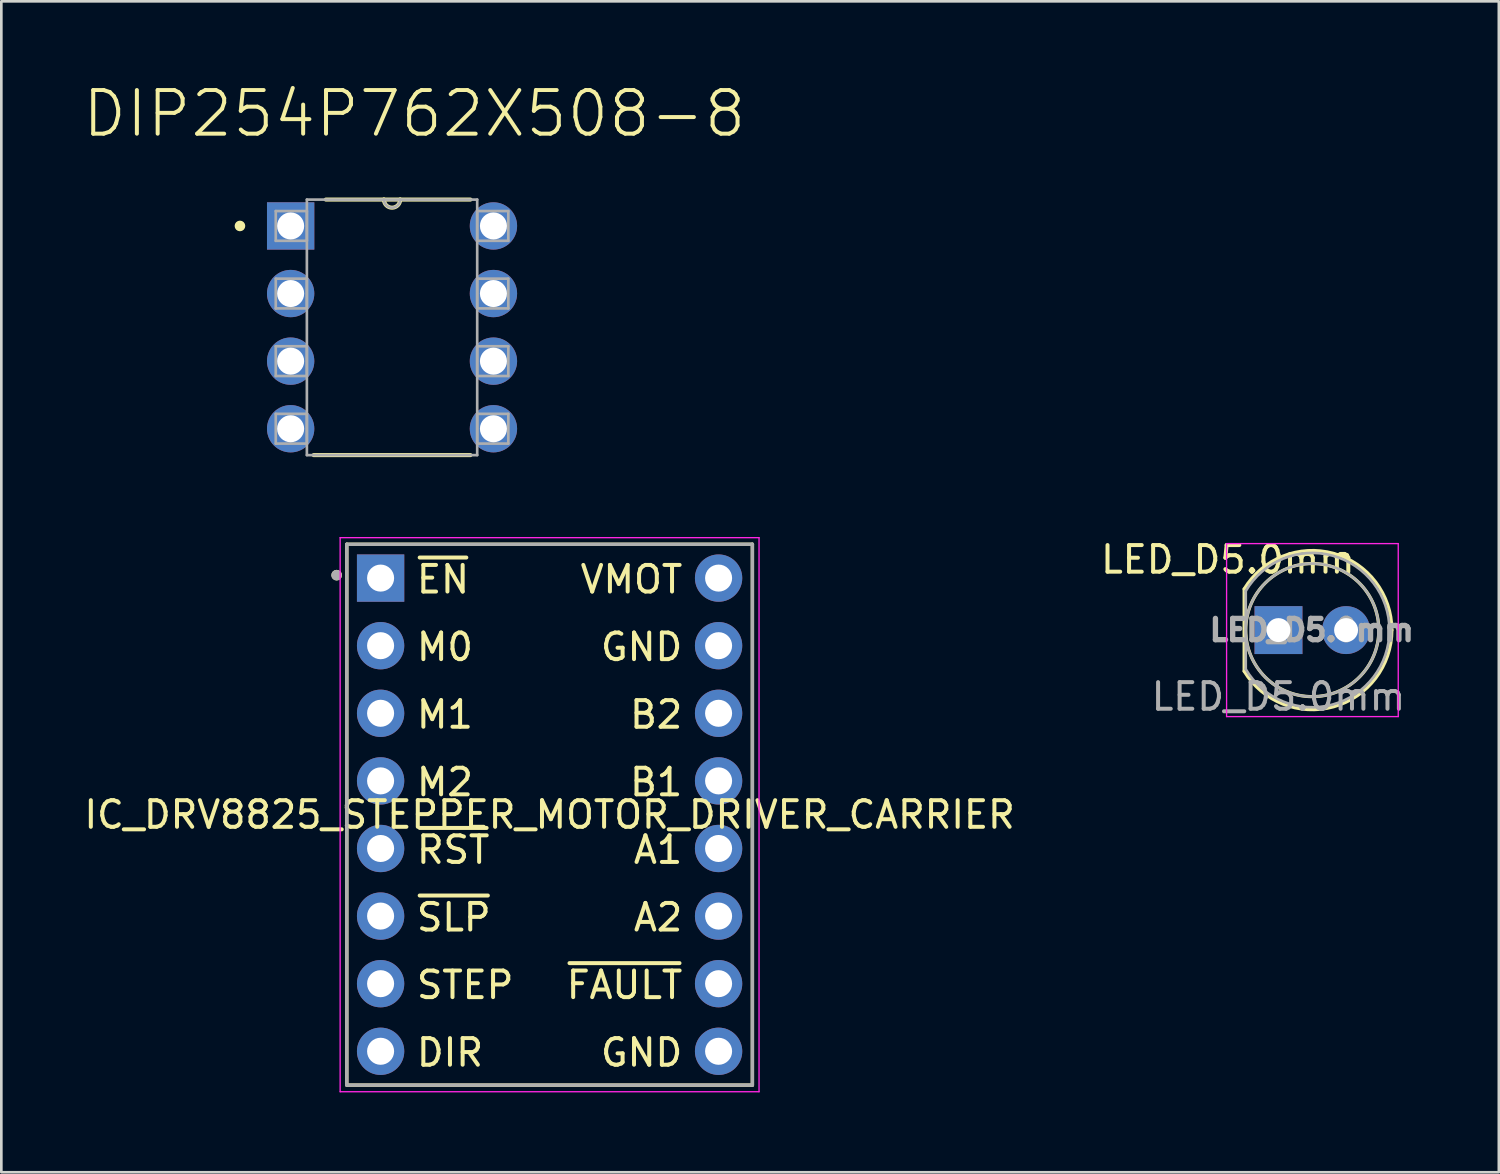
<source format=kicad_pcb>
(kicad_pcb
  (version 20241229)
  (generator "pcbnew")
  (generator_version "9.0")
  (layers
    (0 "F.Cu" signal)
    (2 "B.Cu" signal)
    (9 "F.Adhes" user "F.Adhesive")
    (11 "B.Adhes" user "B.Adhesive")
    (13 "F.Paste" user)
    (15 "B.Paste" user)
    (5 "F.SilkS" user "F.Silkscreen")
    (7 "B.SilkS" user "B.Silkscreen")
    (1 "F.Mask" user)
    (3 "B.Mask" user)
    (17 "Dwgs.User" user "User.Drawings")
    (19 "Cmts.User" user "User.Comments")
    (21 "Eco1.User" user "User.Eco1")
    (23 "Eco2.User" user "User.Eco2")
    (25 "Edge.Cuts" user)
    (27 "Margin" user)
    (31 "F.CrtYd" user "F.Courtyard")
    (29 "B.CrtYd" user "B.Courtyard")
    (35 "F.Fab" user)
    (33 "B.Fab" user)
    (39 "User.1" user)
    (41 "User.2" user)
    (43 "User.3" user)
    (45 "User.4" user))
  (footprint "IC_DRV8825_STEPPER_MOTOR_DRIVER_CARRIER"
    (layer "F.Cu")
    (at 17.601 27.562)
    (property "Reference" "IC_DRV8825_STEPPER_MOTOR_DRIVER_CARRIER" (at 0 0 0) (layer "F.SilkS") (effects (font (size 1 1) (thickness 0.15))))
    (attr through_hole)
    (fp_line (start -7.62 -10.16) (end 7.62 -10.16) (stroke (width 0.127) (type solid)) (layer "F.SilkS"))
    (fp_line (start -7.62 10.16) (end -7.62 -10.16) (stroke (width 0.127) (type solid)) (layer "F.SilkS"))
    (fp_line (start 7.62 -10.16) (end 7.62 10.16) (stroke (width 0.127) (type solid)) (layer "F.SilkS"))
    (fp_line (start 7.62 10.16) (end -7.62 10.16) (stroke (width 0.127) (type solid)) (layer "F.SilkS"))
    (fp_circle (center -8.001 -9) (end -7.901 -9) (stroke (width 0.2) (type solid)) (fill no) (layer "F.SilkS"))
    (fp_line (start -7.87 -10.41) (end 7.87 -10.41) (stroke (width 0.05) (type solid)) (layer "F.CrtYd"))
    (fp_line (start -7.87 10.41) (end -7.87 -10.41) (stroke (width 0.05) (type solid)) (layer "F.CrtYd"))
    (fp_line (start 7.87 -10.41) (end 7.87 10.41) (stroke (width 0.05) (type solid)) (layer "F.CrtYd"))
    (fp_line (start 7.87 10.41) (end -7.87 10.41) (stroke (width 0.05) (type solid)) (layer "F.CrtYd"))
    (fp_line (start -7.62 -10.16) (end 7.62 -10.16) (stroke (width 0.127) (type solid)) (layer "F.Fab"))
    (fp_line (start -7.62 10.16) (end -7.62 -10.16) (stroke (width 0.127) (type solid)) (layer "F.Fab"))
    (fp_line (start 7.62 -10.16) (end 7.62 10.16) (stroke (width 0.127) (type solid)) (layer "F.Fab"))
    (fp_line (start 7.62 10.16) (end -7.62 10.16) (stroke (width 0.127) (type solid)) (layer "F.Fab"))
    (fp_circle (center -8.001 -9) (end -7.901 -9) (stroke (width 0.2) (type solid)) (fill no) (layer "F.Fab"))
    (fp_text user "DIR" (at -5.08 9.525 0) (unlocked yes) (layer "F.SilkS") (effects (font (size 1 1) (thickness 0.15)) (justify left bottom)))
    (fp_text user "M1" (at -5.08 -3.175 0) (unlocked yes) (layer "F.SilkS") (effects (font (size 1 1) (thickness 0.15)) (justify left bottom)))
    (fp_text user "GND" (at 5.08 -5.715 0) (unlocked yes) (layer "F.SilkS") (effects (font (size 1 1) (thickness 0.15)) (justify right bottom)))
    (fp_text user "~{EN}" (at -5.08 -8.255 0) (unlocked yes) (layer "F.SilkS") (effects (font (size 1 1) (thickness 0.15)) (justify left bottom)))
    (fp_text user "GND" (at 5.08 9.525 0) (unlocked yes) (layer "F.SilkS") (effects (font (size 1 1) (thickness 0.15)) (justify right bottom)))
    (fp_text user "M2" (at -5.08 -0.635 0) (unlocked yes) (layer "F.SilkS") (effects (font (size 1 1) (thickness 0.15)) (justify left bottom)))
    (fp_text user "~{SLP}" (at -5.08 4.445 0) (unlocked yes) (layer "F.SilkS") (effects (font (size 1 1) (thickness 0.15)) (justify left bottom)))
    (fp_text user "A1" (at 5.08 1.905 0) (unlocked yes) (layer "F.SilkS") (effects (font (size 1 1) (thickness 0.15)) (justify right bottom)))
    (fp_text user "~{RST}" (at -5.08 1.905 0) (unlocked yes) (layer "F.SilkS") (effects (font (size 1 1) (thickness 0.15)) (justify left bottom)))
    (fp_text user "~{FAULT}" (at 5.08 6.985 0) (unlocked yes) (layer "F.SilkS") (effects (font (size 1 1) (thickness 0.15)) (justify right bottom)))
    (fp_text user "A2" (at 5.08 4.445 0) (unlocked yes) (layer "F.SilkS") (effects (font (size 1 1) (thickness 0.15)) (justify right bottom)))
    (fp_text user "M0" (at -5.08 -5.715 0) (unlocked yes) (layer "F.SilkS") (effects (font (size 1 1) (thickness 0.15)) (justify left bottom)))
    (fp_text user "VMOT" (at 5.08 -8.255 0) (unlocked yes) (layer "F.SilkS") (effects (font (size 1 1) (thickness 0.15)) (justify right bottom)))
    (fp_text user "STEP" (at -5.08 6.985 0) (unlocked yes) (layer "F.SilkS") (effects (font (size 1 1) (thickness 0.15)) (justify left bottom)))
    (fp_text user "B1" (at 5.08 -0.635 0) (unlocked yes) (layer "F.SilkS") (effects (font (size 1 1) (thickness 0.15)) (justify right bottom)))
    (fp_text user "B2" (at 5.08 -3.175 0) (unlocked yes) (layer "F.SilkS") (effects (font (size 1 1) (thickness 0.15)) (justify right bottom)))
    (pad "1" thru_hole rect (at -6.35 -8.89) (size 1.778 1.778) (drill 1.016) (layers "*.Cu" "*.Mask"))
    (pad "2" thru_hole circle (at -6.35 -6.35) (size 1.778 1.778) (drill 1.016) (layers "*.Cu" "*.Mask"))
    (pad "3" thru_hole circle (at -6.35 -3.81) (size 1.778 1.778) (drill 1.016) (layers "*.Cu" "*.Mask"))
    (pad "4" thru_hole circle (at -6.35 -1.27) (size 1.778 1.778) (drill 1.016) (layers "*.Cu" "*.Mask"))
    (pad "5" thru_hole circle (at -6.35 1.27) (size 1.778 1.778) (drill 1.016) (layers "*.Cu" "*.Mask"))
    (pad "6" thru_hole circle (at -6.35 3.81) (size 1.778 1.778) (drill 1.016) (layers "*.Cu" "*.Mask"))
    (pad "7" thru_hole circle (at -6.35 6.35) (size 1.778 1.778) (drill 1.016) (layers "*.Cu" "*.Mask"))
    (pad "8" thru_hole circle (at -6.35 8.89) (size 1.778 1.778) (drill 1.016) (layers "*.Cu" "*.Mask"))
    (pad "9" thru_hole circle (at 6.35 8.89) (size 1.778 1.778) (drill 1.016) (layers "*.Cu" "*.Mask"))
    (pad "10" thru_hole circle (at 6.35 6.35) (size 1.778 1.778) (drill 1.016) (layers "*.Cu" "*.Mask"))
    (pad "11" thru_hole circle (at 6.35 3.81) (size 1.778 1.778) (drill 1.016) (layers "*.Cu" "*.Mask"))
    (pad "12" thru_hole circle (at 6.35 1.27) (size 1.778 1.778) (drill 1.016) (layers "*.Cu" "*.Mask"))
    (pad "13" thru_hole circle (at 6.35 -1.27) (size 1.778 1.778) (drill 1.016) (layers "*.Cu" "*.Mask"))
    (pad "14" thru_hole circle (at 6.35 -3.81) (size 1.778 1.778) (drill 1.016) (layers "*.Cu" "*.Mask"))
    (pad "15" thru_hole circle (at 6.35 -6.35) (size 1.778 1.778) (drill 1.016) (layers "*.Cu" "*.Mask"))
    (pad "16" thru_hole circle (at 6.35 -8.89) (size 1.778 1.778) (drill 1.016) (layers "*.Cu" "*.Mask")))
  (footprint "DIP254P762X508-8"
    (layer "F.Cu")
    (at 15.491 13.06)
    (property "Reference" "DIP254P762X508-8" (at -2.972 -11.838 0) (layer "F.SilkS") (effects (font (size 1.64 1.64) (thickness 0.15))))
    (attr through_hole)
    (fp_line (start -6.756 0.991) (end -0.864 0.991) (stroke (width 0.152) (type solid)) (layer "F.SilkS"))
    (fp_line (start -4.115 -8.611) (end -6.299 -8.611) (stroke (width 0.152) (type solid)) (layer "F.SilkS"))
    (fp_line (start -3.505 -8.611) (end -4.115 -8.611) (stroke (width 0.152) (type solid)) (layer "F.SilkS"))
    (fp_line (start -0.864 -8.611) (end -3.505 -8.611) (stroke (width 0.152) (type solid)) (layer "F.SilkS"))
    (fp_arc (start -3.5052 -8.6106) (mid -3.81 -8.3058) (end -4.1148 -8.6106) (stroke (width 0.1524) (type solid)) (layer "F.SilkS"))
    (fp_circle (center -9.525 -7.62) (end -9.425 -7.62) (stroke (width 0.2) (type solid)) (fill no) (layer "F.SilkS"))
    (fp_line (start -8.179 -8.179) (end -8.179 -7.061) (stroke (width 0.1) (type solid)) (layer "F.Fab"))
    (fp_line (start -8.179 -7.061) (end -7.01 -7.061) (stroke (width 0.1) (type solid)) (layer "F.Fab"))
    (fp_line (start -8.179 -5.639) (end -8.179 -4.521) (stroke (width 0.1) (type solid)) (layer "F.Fab"))
    (fp_line (start -8.179 -4.521) (end -7.01 -4.521) (stroke (width 0.1) (type solid)) (layer "F.Fab"))
    (fp_line (start -8.179 -3.099) (end -8.179 -1.981) (stroke (width 0.1) (type solid)) (layer "F.Fab"))
    (fp_line (start -8.179 -1.981) (end -7.01 -1.981) (stroke (width 0.1) (type solid)) (layer "F.Fab"))
    (fp_line (start -8.179 -0.559) (end -8.179 0.559) (stroke (width 0.1) (type solid)) (layer "F.Fab"))
    (fp_line (start -8.179 0.559) (end -7.01 0.559) (stroke (width 0.1) (type solid)) (layer "F.Fab"))
    (fp_line (start -7.01 -8.611) (end -7.01 0.991) (stroke (width 0.1) (type solid)) (layer "F.Fab"))
    (fp_line (start -7.01 -8.179) (end -8.179 -8.179) (stroke (width 0.1) (type solid)) (layer "F.Fab"))
    (fp_line (start -7.01 -7.061) (end -7.01 -8.179) (stroke (width 0.1) (type solid)) (layer "F.Fab"))
    (fp_line (start -7.01 -5.639) (end -8.179 -5.639) (stroke (width 0.1) (type solid)) (layer "F.Fab"))
    (fp_line (start -7.01 -4.521) (end -7.01 -5.639) (stroke (width 0.1) (type solid)) (layer "F.Fab"))
    (fp_line (start -7.01 -3.099) (end -8.179 -3.099) (stroke (width 0.1) (type solid)) (layer "F.Fab"))
    (fp_line (start -7.01 -1.981) (end -7.01 -3.099) (stroke (width 0.1) (type solid)) (layer "F.Fab"))
    (fp_line (start -7.01 -0.559) (end -8.179 -0.559) (stroke (width 0.1) (type solid)) (layer "F.Fab"))
    (fp_line (start -7.01 0.559) (end -7.01 -0.559) (stroke (width 0.1) (type solid)) (layer "F.Fab"))
    (fp_line (start -7.01 0.991) (end -0.61 0.991) (stroke (width 0.1) (type solid)) (layer "F.Fab"))
    (fp_line (start -4.115 -8.611) (end -7.01 -8.611) (stroke (width 0.1) (type solid)) (layer "F.Fab"))
    (fp_line (start -3.505 -8.611) (end -4.115 -8.611) (stroke (width 0.1) (type solid)) (layer "F.Fab"))
    (fp_line (start -0.61 -8.611) (end -3.505 -8.611) (stroke (width 0.1) (type solid)) (layer "F.Fab"))
    (fp_line (start -0.61 -8.179) (end -0.61 -7.061) (stroke (width 0.1) (type solid)) (layer "F.Fab"))
    (fp_line (start -0.61 -7.061) (end 0.559 -7.061) (stroke (width 0.1) (type solid)) (layer "F.Fab"))
    (fp_line (start -0.61 -5.639) (end -0.61 -4.521) (stroke (width 0.1) (type solid)) (layer "F.Fab"))
    (fp_line (start -0.61 -4.521) (end 0.559 -4.521) (stroke (width 0.1) (type solid)) (layer "F.Fab"))
    (fp_line (start -0.61 -3.099) (end -0.61 -1.981) (stroke (width 0.1) (type solid)) (layer "F.Fab"))
    (fp_line (start -0.61 -1.981) (end 0.559 -1.981) (stroke (width 0.1) (type solid)) (layer "F.Fab"))
    (fp_line (start -0.61 -0.559) (end -0.61 0.559) (stroke (width 0.1) (type solid)) (layer "F.Fab"))
    (fp_line (start -0.61 0.559) (end 0.559 0.559) (stroke (width 0.1) (type solid)) (layer "F.Fab"))
    (fp_line (start -0.61 0.991) (end -0.61 -8.611) (stroke (width 0.1) (type solid)) (layer "F.Fab"))
    (fp_line (start 0.559 -8.179) (end -0.61 -8.179) (stroke (width 0.1) (type solid)) (layer "F.Fab"))
    (fp_line (start 0.559 -7.061) (end 0.559 -8.179) (stroke (width 0.1) (type solid)) (layer "F.Fab"))
    (fp_line (start 0.559 -5.639) (end -0.61 -5.639) (stroke (width 0.1) (type solid)) (layer "F.Fab"))
    (fp_line (start 0.559 -4.521) (end 0.559 -5.639) (stroke (width 0.1) (type solid)) (layer "F.Fab"))
    (fp_line (start 0.559 -3.099) (end -0.61 -3.099) (stroke (width 0.1) (type solid)) (layer "F.Fab"))
    (fp_line (start 0.559 -1.981) (end 0.559 -3.099) (stroke (width 0.1) (type solid)) (layer "F.Fab"))
    (fp_line (start 0.559 -0.559) (end -0.61 -0.559) (stroke (width 0.1) (type solid)) (layer "F.Fab"))
    (fp_line (start 0.559 0.559) (end 0.559 -0.559) (stroke (width 0.1) (type solid)) (layer "F.Fab"))
    (fp_arc (start -3.5052 -8.6106) (mid -3.81 -8.3058) (end -4.1148 -8.6106) (stroke (width 0.1) (type solid)) (layer "F.Fab"))
    (pad "1" thru_hole rect (at -7.62 -7.62) (size 1.778 1.778) (drill 1.016) (layers "*.Cu" "*.Mask"))
    (pad "2" thru_hole circle (at -7.62 -5.08) (size 1.778 1.778) (drill 1.016) (layers "*.Cu" "*.Mask"))
    (pad "3" thru_hole circle (at -7.62 -2.54) (size 1.778 1.778) (drill 1.016) (layers "*.Cu" "*.Mask"))
    (pad "4" thru_hole circle (at -7.62 0) (size 1.778 1.778) (drill 1.016) (layers "*.Cu" "*.Mask"))
    (pad "5" thru_hole circle (at 0 0) (size 1.778 1.778) (drill 1.016) (layers "*.Cu" "*.Mask"))
    (pad "6" thru_hole circle (at 0 -2.54) (size 1.778 1.778) (drill 1.016) (layers "*.Cu" "*.Mask"))
    (pad "7" thru_hole circle (at 0 -5.08) (size 1.778 1.778) (drill 1.016) (layers "*.Cu" "*.Mask"))
    (pad "8" thru_hole circle (at 0 -7.62) (size 1.778 1.778) (drill 1.016) (layers "*.Cu" "*.Mask")))
  (footprint "LED_D5.0mm"
    (layer "F.Cu")
    (at 44.989 20.626)
    (property "Reference" "LED_D5.0mm" (at -1.9 -2.65 0) (layer "F.SilkS") (effects (font (size 1 1) (thickness 0.15))))
    (attr through_hole)
    (fp_line (start -1.29 -1.545) (end -1.29 1.545) (stroke (width 0.12) (type solid)) (layer "F.SilkS"))
    (fp_arc (start -1.29 -1.54483) (mid 2.072002 -2.880433) (end 4.26 0.000462) (stroke (width 0.12) (type solid)) (layer "F.SilkS"))
    (fp_arc (start 4.26 -0.000462) (mid 2.072002 2.880433) (end -1.29 1.54483) (stroke (width 0.12) (type solid)) (layer "F.SilkS"))
    (fp_circle (center 1.27 0) (end 3.77 0) (stroke (width 0.12) (type solid)) (fill no) (layer "F.SilkS"))
    (fp_line (start -1.95 -3.25) (end -1.95 3.25) (stroke (width 0.05) (type solid)) (layer "F.CrtYd"))
    (fp_line (start -1.95 3.25) (end 4.5 3.25) (stroke (width 0.05) (type solid)) (layer "F.CrtYd"))
    (fp_line (start 4.5 -3.25) (end -1.95 -3.25) (stroke (width 0.05) (type solid)) (layer "F.CrtYd"))
    (fp_line (start 4.5 3.25) (end 4.5 -3.25) (stroke (width 0.05) (type solid)) (layer "F.CrtYd"))
    (fp_line (start -1.23 -1.47) (end -1.23 1.47) (stroke (width 0.1) (type solid)) (layer "F.Fab"))
    (fp_arc (start -1.23 -1.469694) (mid 4.17 0.000016) (end -1.230016 1.469666) (stroke (width 0.1) (type solid)) (layer "F.Fab"))
    (fp_circle (center 1.27 0) (end 3.77 0) (stroke (width 0.1) (type solid)) (fill no) (layer "F.Fab"))
    (fp_text user "${REFERENCE}" (at 0 2.5 0) (unlocked yes) (layer "F.Fab") (effects (font (size 1 1) (thickness 0.15))))
    (fp_text user "${REFERENCE}" (at 1.25 0 180) (layer "F.Fab") (effects (font (size 0.8 0.8) (thickness 0.2))))
    (pad "1" thru_hole rect (at 0 0) (size 1.8 1.8) (drill 0.9) (layers "*.Cu" "*.Mask"))
    (pad "2" thru_hole circle (at 2.54 0) (size 1.8 1.8) (drill 0.9) (layers "*.Cu" "*.Mask")))
  (gr_rect
    (start -3 -3)
    (end 53.269 40.997)
    (stroke (width 0.1) (type default))
    (fill no)
    (layer "Edge.Cuts")))
</source>
